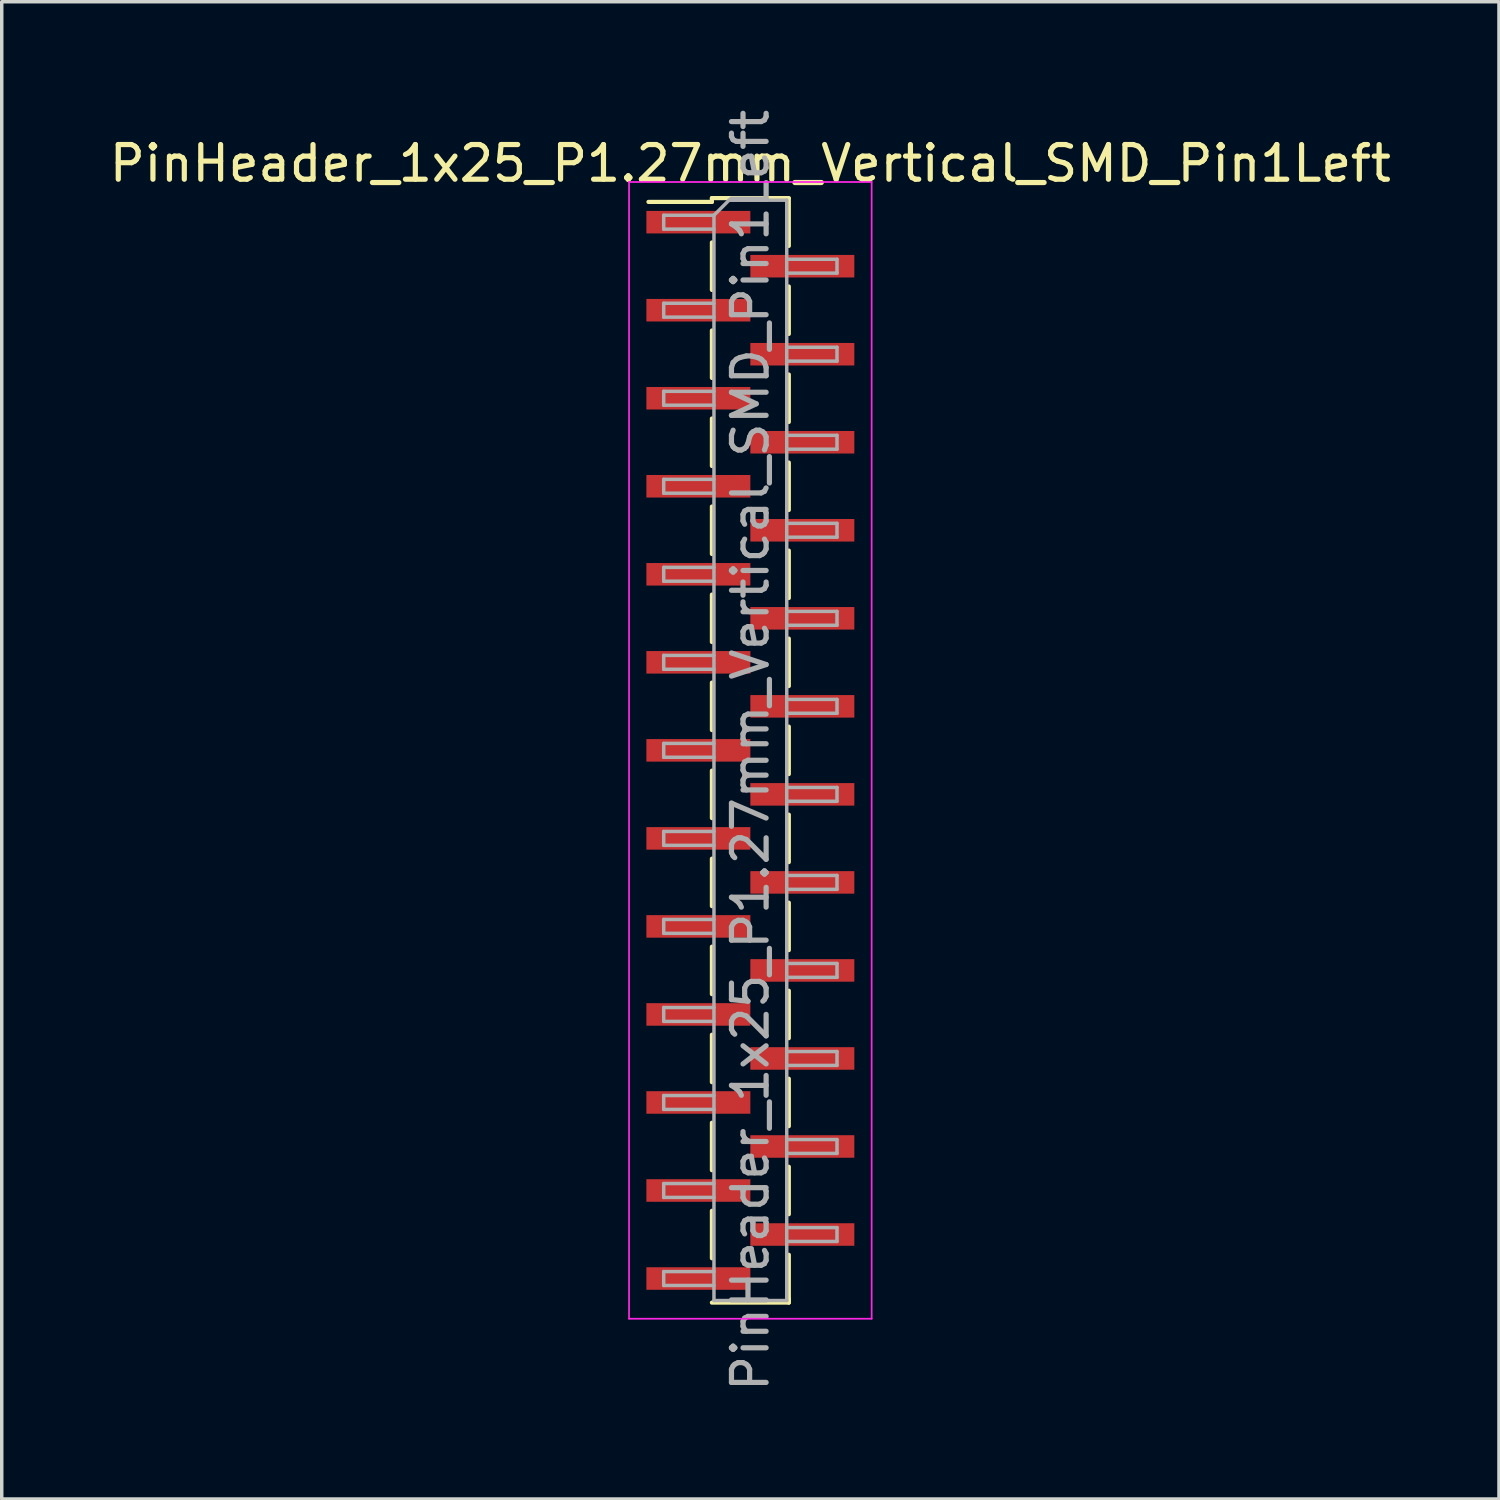
<source format=kicad_pcb>
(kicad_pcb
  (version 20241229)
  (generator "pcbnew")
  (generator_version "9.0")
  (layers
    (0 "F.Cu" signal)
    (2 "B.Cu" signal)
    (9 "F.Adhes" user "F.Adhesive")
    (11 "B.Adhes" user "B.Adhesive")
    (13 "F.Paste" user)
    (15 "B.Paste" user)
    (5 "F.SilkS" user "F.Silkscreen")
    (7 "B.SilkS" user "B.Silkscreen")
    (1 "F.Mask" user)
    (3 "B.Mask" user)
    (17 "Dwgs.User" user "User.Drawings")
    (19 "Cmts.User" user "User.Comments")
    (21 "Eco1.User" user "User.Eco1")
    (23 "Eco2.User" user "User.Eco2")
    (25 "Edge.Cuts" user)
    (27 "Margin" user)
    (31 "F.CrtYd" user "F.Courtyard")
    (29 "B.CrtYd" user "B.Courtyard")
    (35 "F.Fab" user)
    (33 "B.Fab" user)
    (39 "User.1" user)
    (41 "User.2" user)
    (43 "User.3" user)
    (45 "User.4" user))
  (footprint "PinHeader_1x25_P1.27mm_Vertical_SMD_Pin1Left"
    (layer "F.Cu")
    (at 18.601 18.601)
    (property "Reference" "PinHeader_1x25_P1.27mm_Vertical_SMD_Pin1Left" (at 0 -16.935 0) (layer "F.SilkS") (effects (font (size 1 1) (thickness 0.15))))
    (attr smd)
    (fp_line (start -1.11 -15.935) (end -1.11 -15.825) (stroke (width 0.12) (type solid)) (layer "F.SilkS"))
    (fp_line (start -1.11 -15.935) (end 1.11 -15.935) (stroke (width 0.12) (type solid)) (layer "F.SilkS"))
    (fp_line (start -1.11 -15.825) (end -2.94 -15.825) (stroke (width 0.12) (type solid)) (layer "F.SilkS"))
    (fp_line (start -1.11 -14.655) (end -1.11 -13.285) (stroke (width 0.12) (type solid)) (layer "F.SilkS"))
    (fp_line (start -1.11 -12.115) (end -1.11 -10.745) (stroke (width 0.12) (type solid)) (layer "F.SilkS"))
    (fp_line (start -1.11 -9.575) (end -1.11 -8.205) (stroke (width 0.12) (type solid)) (layer "F.SilkS"))
    (fp_line (start -1.11 -7.035) (end -1.11 -5.665) (stroke (width 0.12) (type solid)) (layer "F.SilkS"))
    (fp_line (start -1.11 -4.495) (end -1.11 -3.125) (stroke (width 0.12) (type solid)) (layer "F.SilkS"))
    (fp_line (start -1.11 -1.955) (end -1.11 -0.585) (stroke (width 0.12) (type solid)) (layer "F.SilkS"))
    (fp_line (start -1.11 0.585) (end -1.11 1.955) (stroke (width 0.12) (type solid)) (layer "F.SilkS"))
    (fp_line (start -1.11 3.125) (end -1.11 4.495) (stroke (width 0.12) (type solid)) (layer "F.SilkS"))
    (fp_line (start -1.11 5.665) (end -1.11 7.035) (stroke (width 0.12) (type solid)) (layer "F.SilkS"))
    (fp_line (start -1.11 8.205) (end -1.11 9.575) (stroke (width 0.12) (type solid)) (layer "F.SilkS"))
    (fp_line (start -1.11 10.745) (end -1.11 12.115) (stroke (width 0.12) (type solid)) (layer "F.SilkS"))
    (fp_line (start -1.11 13.285) (end -1.11 14.655) (stroke (width 0.12) (type solid)) (layer "F.SilkS"))
    (fp_line (start -1.11 15.935) (end 1.11 15.935) (stroke (width 0.12) (type solid)) (layer "F.SilkS"))
    (fp_line (start 1.11 -15.925) (end 1.11 -14.555) (stroke (width 0.12) (type solid)) (layer "F.SilkS"))
    (fp_line (start 1.11 -13.385) (end 1.11 -12.015) (stroke (width 0.12) (type solid)) (layer "F.SilkS"))
    (fp_line (start 1.11 -10.845) (end 1.11 -9.475) (stroke (width 0.12) (type solid)) (layer "F.SilkS"))
    (fp_line (start 1.11 -8.305) (end 1.11 -6.935) (stroke (width 0.12) (type solid)) (layer "F.SilkS"))
    (fp_line (start 1.11 -5.765) (end 1.11 -4.395) (stroke (width 0.12) (type solid)) (layer "F.SilkS"))
    (fp_line (start 1.11 -3.225) (end 1.11 -1.855) (stroke (width 0.12) (type solid)) (layer "F.SilkS"))
    (fp_line (start 1.11 -0.685) (end 1.11 0.685) (stroke (width 0.12) (type solid)) (layer "F.SilkS"))
    (fp_line (start 1.11 1.855) (end 1.11 3.225) (stroke (width 0.12) (type solid)) (layer "F.SilkS"))
    (fp_line (start 1.11 4.395) (end 1.11 5.765) (stroke (width 0.12) (type solid)) (layer "F.SilkS"))
    (fp_line (start 1.11 6.935) (end 1.11 8.305) (stroke (width 0.12) (type solid)) (layer "F.SilkS"))
    (fp_line (start 1.11 9.475) (end 1.11 10.845) (stroke (width 0.12) (type solid)) (layer "F.SilkS"))
    (fp_line (start 1.11 12.015) (end 1.11 13.385) (stroke (width 0.12) (type solid)) (layer "F.SilkS"))
    (fp_line (start 1.11 14.555) (end 1.11 15.925) (stroke (width 0.12) (type solid)) (layer "F.SilkS"))
    (fp_line (start 1.11 15.825) (end 1.11 15.935) (stroke (width 0.12) (type solid)) (layer "F.SilkS"))
    (fp_line (start -3.5 -16.4) (end -3.5 16.4) (stroke (width 0.05) (type solid)) (layer "F.CrtYd"))
    (fp_line (start -3.5 16.4) (end 3.5 16.4) (stroke (width 0.05) (type solid)) (layer "F.CrtYd"))
    (fp_line (start 3.5 -16.4) (end -3.5 -16.4) (stroke (width 0.05) (type solid)) (layer "F.CrtYd"))
    (fp_line (start 3.5 16.4) (end 3.5 -16.4) (stroke (width 0.05) (type solid)) (layer "F.CrtYd"))
    (fp_line (start -2.5 -15.44) (end -2.5 -15.04) (stroke (width 0.1) (type solid)) (layer "F.Fab"))
    (fp_line (start -2.5 -15.04) (end -1.05 -15.04) (stroke (width 0.1) (type solid)) (layer "F.Fab"))
    (fp_line (start -2.5 -12.9) (end -2.5 -12.5) (stroke (width 0.1) (type solid)) (layer "F.Fab"))
    (fp_line (start -2.5 -12.5) (end -1.05 -12.5) (stroke (width 0.1) (type solid)) (layer "F.Fab"))
    (fp_line (start -2.5 -10.36) (end -2.5 -9.96) (stroke (width 0.1) (type solid)) (layer "F.Fab"))
    (fp_line (start -2.5 -9.96) (end -1.05 -9.96) (stroke (width 0.1) (type solid)) (layer "F.Fab"))
    (fp_line (start -2.5 -7.82) (end -2.5 -7.42) (stroke (width 0.1) (type solid)) (layer "F.Fab"))
    (fp_line (start -2.5 -7.42) (end -1.05 -7.42) (stroke (width 0.1) (type solid)) (layer "F.Fab"))
    (fp_line (start -2.5 -5.28) (end -2.5 -4.88) (stroke (width 0.1) (type solid)) (layer "F.Fab"))
    (fp_line (start -2.5 -4.88) (end -1.05 -4.88) (stroke (width 0.1) (type solid)) (layer "F.Fab"))
    (fp_line (start -2.5 -2.74) (end -2.5 -2.34) (stroke (width 0.1) (type solid)) (layer "F.Fab"))
    (fp_line (start -2.5 -2.34) (end -1.05 -2.34) (stroke (width 0.1) (type solid)) (layer "F.Fab"))
    (fp_line (start -2.5 -0.2) (end -2.5 0.2) (stroke (width 0.1) (type solid)) (layer "F.Fab"))
    (fp_line (start -2.5 0.2) (end -1.05 0.2) (stroke (width 0.1) (type solid)) (layer "F.Fab"))
    (fp_line (start -2.5 2.34) (end -2.5 2.74) (stroke (width 0.1) (type solid)) (layer "F.Fab"))
    (fp_line (start -2.5 2.74) (end -1.05 2.74) (stroke (width 0.1) (type solid)) (layer "F.Fab"))
    (fp_line (start -2.5 4.88) (end -2.5 5.28) (stroke (width 0.1) (type solid)) (layer "F.Fab"))
    (fp_line (start -2.5 5.28) (end -1.05 5.28) (stroke (width 0.1) (type solid)) (layer "F.Fab"))
    (fp_line (start -2.5 7.42) (end -2.5 7.82) (stroke (width 0.1) (type solid)) (layer "F.Fab"))
    (fp_line (start -2.5 7.82) (end -1.05 7.82) (stroke (width 0.1) (type solid)) (layer "F.Fab"))
    (fp_line (start -2.5 9.96) (end -2.5 10.36) (stroke (width 0.1) (type solid)) (layer "F.Fab"))
    (fp_line (start -2.5 10.36) (end -1.05 10.36) (stroke (width 0.1) (type solid)) (layer "F.Fab"))
    (fp_line (start -2.5 12.5) (end -2.5 12.9) (stroke (width 0.1) (type solid)) (layer "F.Fab"))
    (fp_line (start -2.5 12.9) (end -1.05 12.9) (stroke (width 0.1) (type solid)) (layer "F.Fab"))
    (fp_line (start -2.5 15.04) (end -2.5 15.44) (stroke (width 0.1) (type solid)) (layer "F.Fab"))
    (fp_line (start -2.5 15.44) (end -1.05 15.44) (stroke (width 0.1) (type solid)) (layer "F.Fab"))
    (fp_line (start -1.05 -15.44) (end -2.5 -15.44) (stroke (width 0.1) (type solid)) (layer "F.Fab"))
    (fp_line (start -1.05 -15.44) (end -0.615 -15.875) (stroke (width 0.1) (type solid)) (layer "F.Fab"))
    (fp_line (start -1.05 -12.9) (end -2.5 -12.9) (stroke (width 0.1) (type solid)) (layer "F.Fab"))
    (fp_line (start -1.05 -10.36) (end -2.5 -10.36) (stroke (width 0.1) (type solid)) (layer "F.Fab"))
    (fp_line (start -1.05 -7.82) (end -2.5 -7.82) (stroke (width 0.1) (type solid)) (layer "F.Fab"))
    (fp_line (start -1.05 -5.28) (end -2.5 -5.28) (stroke (width 0.1) (type solid)) (layer "F.Fab"))
    (fp_line (start -1.05 -2.74) (end -2.5 -2.74) (stroke (width 0.1) (type solid)) (layer "F.Fab"))
    (fp_line (start -1.05 -0.2) (end -2.5 -0.2) (stroke (width 0.1) (type solid)) (layer "F.Fab"))
    (fp_line (start -1.05 2.34) (end -2.5 2.34) (stroke (width 0.1) (type solid)) (layer "F.Fab"))
    (fp_line (start -1.05 4.88) (end -2.5 4.88) (stroke (width 0.1) (type solid)) (layer "F.Fab"))
    (fp_line (start -1.05 7.42) (end -2.5 7.42) (stroke (width 0.1) (type solid)) (layer "F.Fab"))
    (fp_line (start -1.05 9.96) (end -2.5 9.96) (stroke (width 0.1) (type solid)) (layer "F.Fab"))
    (fp_line (start -1.05 12.5) (end -2.5 12.5) (stroke (width 0.1) (type solid)) (layer "F.Fab"))
    (fp_line (start -1.05 15.04) (end -2.5 15.04) (stroke (width 0.1) (type solid)) (layer "F.Fab"))
    (fp_line (start -1.05 15.875) (end -1.05 -15.44) (stroke (width 0.1) (type solid)) (layer "F.Fab"))
    (fp_line (start -0.615 -15.875) (end 1.05 -15.875) (stroke (width 0.1) (type solid)) (layer "F.Fab"))
    (fp_line (start 1.05 -15.875) (end 1.05 15.875) (stroke (width 0.1) (type solid)) (layer "F.Fab"))
    (fp_line (start 1.05 -14.17) (end 2.5 -14.17) (stroke (width 0.1) (type solid)) (layer "F.Fab"))
    (fp_line (start 1.05 -11.63) (end 2.5 -11.63) (stroke (width 0.1) (type solid)) (layer "F.Fab"))
    (fp_line (start 1.05 -9.09) (end 2.5 -9.09) (stroke (width 0.1) (type solid)) (layer "F.Fab"))
    (fp_line (start 1.05 -6.55) (end 2.5 -6.55) (stroke (width 0.1) (type solid)) (layer "F.Fab"))
    (fp_line (start 1.05 -4.01) (end 2.5 -4.01) (stroke (width 0.1) (type solid)) (layer "F.Fab"))
    (fp_line (start 1.05 -1.47) (end 2.5 -1.47) (stroke (width 0.1) (type solid)) (layer "F.Fab"))
    (fp_line (start 1.05 1.07) (end 2.5 1.07) (stroke (width 0.1) (type solid)) (layer "F.Fab"))
    (fp_line (start 1.05 3.61) (end 2.5 3.61) (stroke (width 0.1) (type solid)) (layer "F.Fab"))
    (fp_line (start 1.05 6.15) (end 2.5 6.15) (stroke (width 0.1) (type solid)) (layer "F.Fab"))
    (fp_line (start 1.05 8.69) (end 2.5 8.69) (stroke (width 0.1) (type solid)) (layer "F.Fab"))
    (fp_line (start 1.05 11.23) (end 2.5 11.23) (stroke (width 0.1) (type solid)) (layer "F.Fab"))
    (fp_line (start 1.05 13.77) (end 2.5 13.77) (stroke (width 0.1) (type solid)) (layer "F.Fab"))
    (fp_line (start 1.05 15.875) (end -1.05 15.875) (stroke (width 0.1) (type solid)) (layer "F.Fab"))
    (fp_line (start 2.5 -14.17) (end 2.5 -13.77) (stroke (width 0.1) (type solid)) (layer "F.Fab"))
    (fp_line (start 2.5 -13.77) (end 1.05 -13.77) (stroke (width 0.1) (type solid)) (layer "F.Fab"))
    (fp_line (start 2.5 -11.63) (end 2.5 -11.23) (stroke (width 0.1) (type solid)) (layer "F.Fab"))
    (fp_line (start 2.5 -11.23) (end 1.05 -11.23) (stroke (width 0.1) (type solid)) (layer "F.Fab"))
    (fp_line (start 2.5 -9.09) (end 2.5 -8.69) (stroke (width 0.1) (type solid)) (layer "F.Fab"))
    (fp_line (start 2.5 -8.69) (end 1.05 -8.69) (stroke (width 0.1) (type solid)) (layer "F.Fab"))
    (fp_line (start 2.5 -6.55) (end 2.5 -6.15) (stroke (width 0.1) (type solid)) (layer "F.Fab"))
    (fp_line (start 2.5 -6.15) (end 1.05 -6.15) (stroke (width 0.1) (type solid)) (layer "F.Fab"))
    (fp_line (start 2.5 -4.01) (end 2.5 -3.61) (stroke (width 0.1) (type solid)) (layer "F.Fab"))
    (fp_line (start 2.5 -3.61) (end 1.05 -3.61) (stroke (width 0.1) (type solid)) (layer "F.Fab"))
    (fp_line (start 2.5 -1.47) (end 2.5 -1.07) (stroke (width 0.1) (type solid)) (layer "F.Fab"))
    (fp_line (start 2.5 -1.07) (end 1.05 -1.07) (stroke (width 0.1) (type solid)) (layer "F.Fab"))
    (fp_line (start 2.5 1.07) (end 2.5 1.47) (stroke (width 0.1) (type solid)) (layer "F.Fab"))
    (fp_line (start 2.5 1.47) (end 1.05 1.47) (stroke (width 0.1) (type solid)) (layer "F.Fab"))
    (fp_line (start 2.5 3.61) (end 2.5 4.01) (stroke (width 0.1) (type solid)) (layer "F.Fab"))
    (fp_line (start 2.5 4.01) (end 1.05 4.01) (stroke (width 0.1) (type solid)) (layer "F.Fab"))
    (fp_line (start 2.5 6.15) (end 2.5 6.55) (stroke (width 0.1) (type solid)) (layer "F.Fab"))
    (fp_line (start 2.5 6.55) (end 1.05 6.55) (stroke (width 0.1) (type solid)) (layer "F.Fab"))
    (fp_line (start 2.5 8.69) (end 2.5 9.09) (stroke (width 0.1) (type solid)) (layer "F.Fab"))
    (fp_line (start 2.5 9.09) (end 1.05 9.09) (stroke (width 0.1) (type solid)) (layer "F.Fab"))
    (fp_line (start 2.5 11.23) (end 2.5 11.63) (stroke (width 0.1) (type solid)) (layer "F.Fab"))
    (fp_line (start 2.5 11.63) (end 1.05 11.63) (stroke (width 0.1) (type solid)) (layer "F.Fab"))
    (fp_line (start 2.5 13.77) (end 2.5 14.17) (stroke (width 0.1) (type solid)) (layer "F.Fab"))
    (fp_line (start 2.5 14.17) (end 1.05 14.17) (stroke (width 0.1) (type solid)) (layer "F.Fab"))
    (fp_text user "${REFERENCE}" (at 0 0 90) (layer "F.Fab") (effects (font (size 1 1) (thickness 0.15))))
    (pad "1" smd rect (at -1.5 -15.24) (size 3 0.65) (layers "F.Cu" "F.Mask" "F.Paste"))
    (pad "2" smd rect (at 1.5 -13.97) (size 3 0.65) (layers "F.Cu" "F.Mask" "F.Paste"))
    (pad "3" smd rect (at -1.5 -12.7) (size 3 0.65) (layers "F.Cu" "F.Mask" "F.Paste"))
    (pad "4" smd rect (at 1.5 -11.43) (size 3 0.65) (layers "F.Cu" "F.Mask" "F.Paste"))
    (pad "5" smd rect (at -1.5 -10.16) (size 3 0.65) (layers "F.Cu" "F.Mask" "F.Paste"))
    (pad "6" smd rect (at 1.5 -8.89) (size 3 0.65) (layers "F.Cu" "F.Mask" "F.Paste"))
    (pad "7" smd rect (at -1.5 -7.62) (size 3 0.65) (layers "F.Cu" "F.Mask" "F.Paste"))
    (pad "8" smd rect (at 1.5 -6.35) (size 3 0.65) (layers "F.Cu" "F.Mask" "F.Paste"))
    (pad "9" smd rect (at -1.5 -5.08) (size 3 0.65) (layers "F.Cu" "F.Mask" "F.Paste"))
    (pad "10" smd rect (at 1.5 -3.81) (size 3 0.65) (layers "F.Cu" "F.Mask" "F.Paste"))
    (pad "11" smd rect (at -1.5 -2.54) (size 3 0.65) (layers "F.Cu" "F.Mask" "F.Paste"))
    (pad "12" smd rect (at 1.5 -1.27) (size 3 0.65) (layers "F.Cu" "F.Mask" "F.Paste"))
    (pad "13" smd rect (at -1.5 0) (size 3 0.65) (layers "F.Cu" "F.Mask" "F.Paste"))
    (pad "14" smd rect (at 1.5 1.27) (size 3 0.65) (layers "F.Cu" "F.Mask" "F.Paste"))
    (pad "15" smd rect (at -1.5 2.54) (size 3 0.65) (layers "F.Cu" "F.Mask" "F.Paste"))
    (pad "16" smd rect (at 1.5 3.81) (size 3 0.65) (layers "F.Cu" "F.Mask" "F.Paste"))
    (pad "17" smd rect (at -1.5 5.08) (size 3 0.65) (layers "F.Cu" "F.Mask" "F.Paste"))
    (pad "18" smd rect (at 1.5 6.35) (size 3 0.65) (layers "F.Cu" "F.Mask" "F.Paste"))
    (pad "19" smd rect (at -1.5 7.62) (size 3 0.65) (layers "F.Cu" "F.Mask" "F.Paste"))
    (pad "20" smd rect (at 1.5 8.89) (size 3 0.65) (layers "F.Cu" "F.Mask" "F.Paste"))
    (pad "21" smd rect (at -1.5 10.16) (size 3 0.65) (layers "F.Cu" "F.Mask" "F.Paste"))
    (pad "22" smd rect (at 1.5 11.43) (size 3 0.65) (layers "F.Cu" "F.Mask" "F.Paste"))
    (pad "23" smd rect (at -1.5 12.7) (size 3 0.65) (layers "F.Cu" "F.Mask" "F.Paste"))
    (pad "24" smd rect (at 1.5 13.97) (size 3 0.65) (layers "F.Cu" "F.Mask" "F.Paste"))
    (pad "25" smd rect (at -1.5 15.24) (size 3 0.65) (layers "F.Cu" "F.Mask" "F.Paste")))
  (gr_rect
    (start -3 -3)
    (end 40.202 40.202)
    (stroke (width 0.1) (type default))
    (fill no)
    (layer "Edge.Cuts")))
</source>
